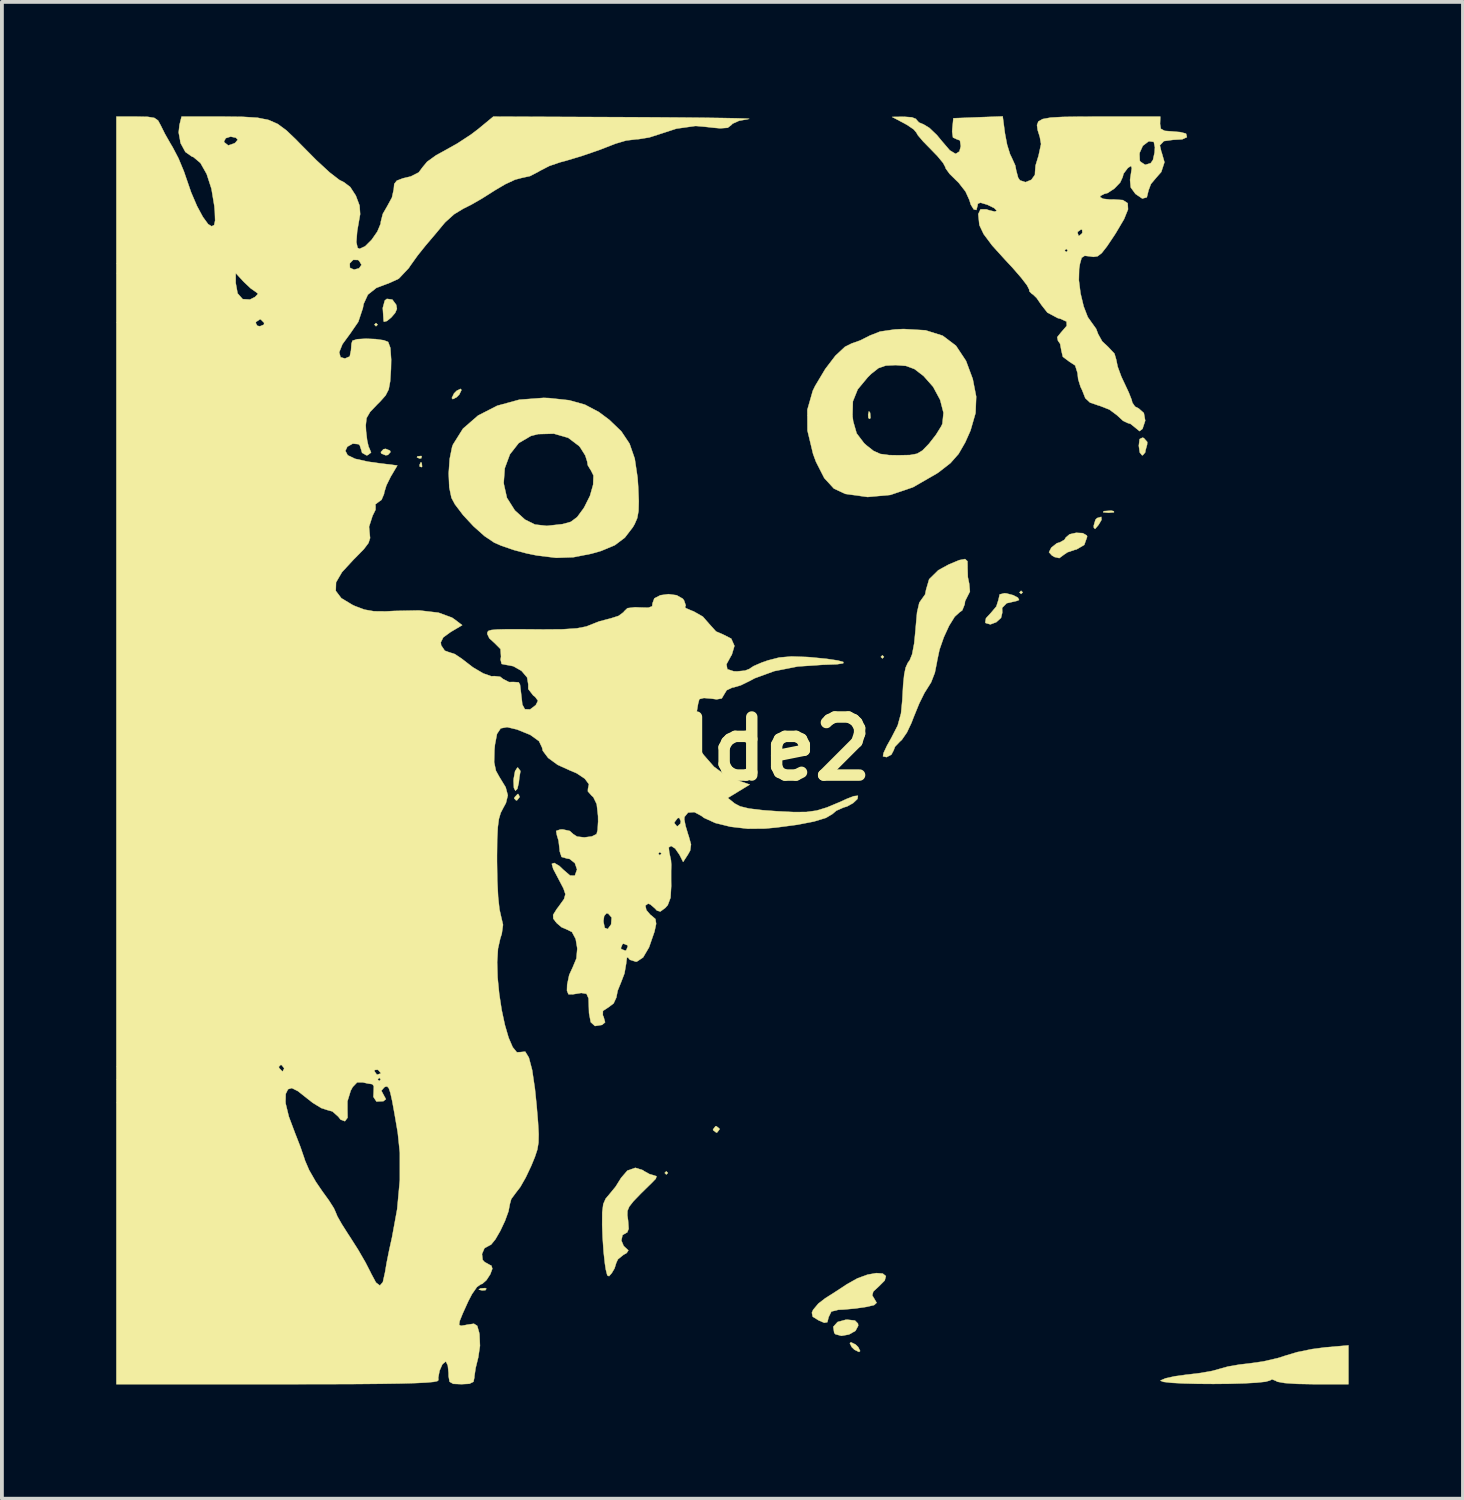
<source format=kicad_pcb>
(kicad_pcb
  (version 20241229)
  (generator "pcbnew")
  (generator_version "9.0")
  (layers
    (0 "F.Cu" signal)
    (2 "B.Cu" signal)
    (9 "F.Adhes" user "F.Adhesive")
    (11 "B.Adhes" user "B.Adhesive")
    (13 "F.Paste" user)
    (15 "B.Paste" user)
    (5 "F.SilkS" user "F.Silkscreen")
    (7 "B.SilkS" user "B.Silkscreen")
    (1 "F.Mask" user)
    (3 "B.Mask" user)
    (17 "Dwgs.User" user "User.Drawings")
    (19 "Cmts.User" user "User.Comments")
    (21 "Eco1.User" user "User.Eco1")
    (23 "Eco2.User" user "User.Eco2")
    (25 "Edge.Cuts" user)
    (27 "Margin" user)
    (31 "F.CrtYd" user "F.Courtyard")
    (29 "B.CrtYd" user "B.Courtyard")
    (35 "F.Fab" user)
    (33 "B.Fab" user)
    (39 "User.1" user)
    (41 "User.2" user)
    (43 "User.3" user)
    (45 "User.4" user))
  (footprint "wilde2"
    (layer "F.Cu")
    (at 16.176 16.606)
    (property "Reference" "wilde2" (at 0 0 0) (layer "F.SilkS") (effects (font (size 1.524 1.524) (thickness 0.3))))
    (attr through_hole)
    (fp_poly (pts (xy -9.313 -11.134) (xy -9.356 -11.091) (xy -9.398 -11.134) (xy -9.356 -11.176) (xy -9.313 -11.134)) (stroke (width 0.01) (type solid)) (fill yes) (layer "F.SilkS"))
    (fp_poly (pts (xy -1.693 11.134) (xy -1.736 11.176) (xy -1.778 11.134) (xy -1.736 11.091) (xy -1.693 11.134)) (stroke (width 0.01) (type solid)) (fill yes) (layer "F.SilkS"))
    (fp_poly (pts (xy 3.979 -2.413) (xy 3.937 -2.371) (xy 3.895 -2.413) (xy 3.937 -2.455) (xy 3.979 -2.413)) (stroke (width 0.01) (type solid)) (fill yes) (layer "F.SilkS"))
    (fp_poly (pts (xy 7.62 -4.106) (xy 7.578 -4.064) (xy 7.535 -4.106) (xy 7.578 -4.149) (xy 7.62 -4.106)) (stroke (width 0.01) (type solid)) (fill yes) (layer "F.SilkS"))
    (fp_poly (pts (xy -8.156 -7.676) (xy -8.168 -7.626) (xy -8.213 -7.62) (xy -8.282 -7.651) (xy -8.269 -7.676) (xy -8.169 -7.687) (xy -8.156 -7.676)) (stroke (width 0.01) (type solid)) (fill yes) (layer "F.SilkS"))
    (fp_poly (pts (xy -8.156 -7.507) (xy -8.146 -7.407) (xy -8.156 -7.394) (xy -8.207 -7.406) (xy -8.213 -7.451) (xy -8.182 -7.52) (xy -8.156 -7.507)) (stroke (width 0.01) (type solid)) (fill yes) (layer "F.SilkS"))
    (fp_poly (pts (xy -6.458 14.173) (xy -6.483 14.211) (xy -6.569 14.217) (xy -6.659 14.197) (xy -6.62 14.166) (xy -6.488 14.156) (xy -6.458 14.173)) (stroke (width 0.01) (type solid)) (fill yes) (layer "F.SilkS"))
    (fp_poly (pts (xy 3.614 -8.821) (xy 3.624 -8.689) (xy 3.607 -8.659) (xy 3.569 -8.684) (xy 3.563 -8.77) (xy 3.583 -8.86) (xy 3.614 -8.821)) (stroke (width 0.01) (type solid)) (fill yes) (layer "F.SilkS"))
    (fp_poly (pts (xy -8.989 -7.828) (xy -8.975 -7.789) (xy -9.043 -7.714) (xy -9.102 -7.705) (xy -9.214 -7.75) (xy -9.229 -7.789) (xy -9.16 -7.864) (xy -9.102 -7.874) (xy -8.989 -7.828)) (stroke (width 0.01) (type solid)) (fill yes) (layer "F.SilkS"))
    (fp_poly (pts (xy -7.112 -9.419) (xy -7.17 -9.299) (xy -7.239 -9.229) (xy -7.341 -9.178) (xy -7.366 -9.208) (xy -7.308 -9.328) (xy -7.239 -9.398) (xy -7.137 -9.449) (xy -7.112 -9.419)) (stroke (width 0.01) (type solid)) (fill yes) (layer "F.SilkS"))
    (fp_poly (pts (xy -5.589 1.251) (xy -5.588 1.27) (xy -5.653 1.351) (xy -5.678 1.355) (xy -5.728 1.303) (xy -5.715 1.27) (xy -5.639 1.189) (xy -5.625 1.185) (xy -5.589 1.251)) (stroke (width 0.01) (type solid)) (fill yes) (layer "F.SilkS"))
    (fp_poly (pts (xy -0.341 9.97) (xy -0.339 9.991) (xy -0.403 10.073) (xy -0.423 10.075) (xy -0.506 10.011) (xy -0.508 9.991) (xy -0.444 9.908) (xy -0.423 9.906) (xy -0.341 9.97)) (stroke (width 0.01) (type solid)) (fill yes) (layer "F.SilkS"))
    (fp_poly (pts (xy 3.232 15.637) (xy 3.302 15.706) (xy 3.353 15.808) (xy 3.323 15.833) (xy 3.203 15.774) (xy 3.133 15.706) (xy 3.082 15.603) (xy 3.112 15.579) (xy 3.232 15.637)) (stroke (width 0.01) (type solid)) (fill yes) (layer "F.SilkS"))
    (fp_poly (pts (xy 9.689 -6.01) (xy 9.611 -5.878) (xy 9.52 -5.772) (xy 9.488 -5.802) (xy 9.485 -5.858) (xy 9.53 -6.013) (xy 9.573 -6.057) (xy 9.682 -6.089) (xy 9.689 -6.01)) (stroke (width 0.01) (type solid)) (fill yes) (layer "F.SilkS"))
    (fp_poly (pts (xy 10.013 -6.236) (xy 10.016 -6.208) (xy 9.884 -6.197) (xy 9.864 -6.197) (xy 9.732 -6.209) (xy 9.745 -6.235) (xy 9.759 -6.239) (xy 9.944 -6.252) (xy 10.013 -6.236)) (stroke (width 0.01) (type solid)) (fill yes) (layer "F.SilkS"))
    (fp_poly (pts (xy -8.927 -11.792) (xy -8.826 -11.656) (xy -8.807 -11.549) (xy -8.852 -11.444) (xy -8.956 -11.322) (xy -9.071 -11.229) (xy -9.147 -11.21) (xy -9.155 -11.226) (xy -9.178 -11.572) (xy -9.125 -11.768) (xy -9.07 -11.811) (xy -8.927 -11.792)) (stroke (width 0.01) (type solid)) (fill yes) (layer "F.SilkS"))
    (fp_poly (pts (xy -5.565 0.583) (xy -5.568 0.605) (xy -5.592 0.746) (xy -5.608 0.893) (xy -5.646 1.05) (xy -5.696 1.101) (xy -5.736 1.026) (xy -5.745 0.842) (xy -5.741 0.783) (xy -5.705 0.587) (xy -5.647 0.496) (xy -5.63 0.495) (xy -5.565 0.583)) (stroke (width 0.01) (type solid)) (fill yes) (layer "F.SilkS"))
    (fp_poly (pts (xy 3.217 15.008) (xy 3.296 15.088) (xy 3.302 15.145) (xy 3.23 15.279) (xy 3.06 15.374) (xy 2.862 15.41) (xy 2.703 15.367) (xy 2.672 15.332) (xy 2.648 15.172) (xy 2.761 15.046) (xy 2.978 14.987) (xy 3.015 14.986) (xy 3.217 15.008)) (stroke (width 0.01) (type solid)) (fill yes) (layer "F.SilkS"))
    (fp_poly (pts (xy 10.8 -8.157) (xy 10.89 -8.054) (xy 10.885 -7.983) (xy 10.841 -7.825) (xy 10.837 -7.782) (xy 10.773 -7.707) (xy 10.753 -7.705) (xy 10.693 -7.778) (xy 10.668 -7.955) (xy 10.668 -7.956) (xy 10.689 -8.13) (xy 10.764 -8.167) (xy 10.8 -8.157)) (stroke (width 0.01) (type solid)) (fill yes) (layer "F.SilkS"))
    (fp_poly (pts (xy 7.197 -4.078) (xy 7.372 -4.032) (xy 7.495 -3.966) (xy 7.525 -3.907) (xy 7.468 -3.884) (xy 7.198 -3.821) (xy 7.08 -3.7) (xy 7.083 -3.572) (xy 7.051 -3.437) (xy 6.927 -3.324) (xy 6.772 -3.266) (xy 6.649 -3.301) (xy 6.637 -3.317) (xy 6.656 -3.427) (xy 6.78 -3.561) (xy 6.928 -3.736) (xy 6.983 -3.909) (xy 7.016 -4.053) (xy 7.142 -4.084) (xy 7.197 -4.078)) (stroke (width 0.01) (type solid)) (fill yes) (layer "F.SilkS"))
    (fp_poly (pts (xy 9.197 -5.661) (xy 9.303 -5.6) (xy 9.312 -5.567) (xy 9.236 -5.352) (xy 9.031 -5.233) (xy 8.991 -5.225) (xy 8.794 -5.158) (xy 8.703 -5.096) (xy 8.581 -5.006) (xy 8.456 -5.034) (xy 8.387 -5.075) (xy 8.31 -5.16) (xy 8.369 -5.276) (xy 8.377 -5.285) (xy 8.517 -5.396) (xy 8.595 -5.419) (xy 8.716 -5.487) (xy 8.751 -5.546) (xy 8.851 -5.631) (xy 9.023 -5.67) (xy 9.197 -5.661)) (stroke (width 0.01) (type solid)) (fill yes) (layer "F.SilkS"))
    (fp_poly (pts (xy 3.946 13.775) (xy 4.029 13.841) (xy 3.998 13.957) (xy 3.851 14.105) (xy 3.698 14.246) (xy 3.67 14.347) (xy 3.72 14.429) (xy 3.786 14.542) (xy 3.721 14.601) (xy 3.714 14.604) (xy 3.522 14.649) (xy 3.233 14.691) (xy 2.92 14.72) (xy 2.778 14.726) (xy 2.597 14.772) (xy 2.525 14.92) (xy 2.524 14.925) (xy 2.492 15.052) (xy 2.411 15.067) (xy 2.264 15.004) (xy 2.108 14.907) (xy 2.086 14.802) (xy 2.119 14.727) (xy 2.255 14.564) (xy 2.437 14.423) (xy 2.653 14.287) (xy 2.916 14.115) (xy 3.006 14.055) (xy 3.281 13.901) (xy 3.546 13.804) (xy 3.777 13.763) (xy 3.946 13.775)) (stroke (width 0.01) (type solid)) (fill yes) (layer "F.SilkS"))
    (fp_poly (pts (xy 16.171 16.679) (xy 15.245 16.679) (xy 14.822 16.671) (xy 14.5 16.649) (xy 14.307 16.615) (xy 14.264 16.591) (xy 14.164 16.551) (xy 14.111 16.581) (xy 13.995 16.614) (xy 13.757 16.639) (xy 13.429 16.657) (xy 13.041 16.668) (xy 12.626 16.672) (xy 12.215 16.669) (xy 11.839 16.659) (xy 11.53 16.643) (xy 11.319 16.619) (xy 11.238 16.589) (xy 11.242 16.58) (xy 11.369 16.525) (xy 11.615 16.471) (xy 11.928 16.428) (xy 11.956 16.426) (xy 12.297 16.384) (xy 12.6 16.33) (xy 12.799 16.274) (xy 12.8 16.274) (xy 13.008 16.216) (xy 13.309 16.164) (xy 13.562 16.135) (xy 13.936 16.082) (xy 14.318 15.994) (xy 14.52 15.929) (xy 14.832 15.836) (xy 15.222 15.757) (xy 15.557 15.713) (xy 16.171 15.66) (xy 16.171 16.679)) (stroke (width 0.01) (type solid)) (fill yes) (layer "F.SilkS"))
    (fp_poly (pts (xy -2.349 11.062) (xy -2.324 11.083) (xy -2.175 11.165) (xy -2.09 11.189) (xy -1.992 11.22) (xy -2.011 11.285) (xy -2.11 11.388) (xy -2.404 11.676) (xy -2.597 11.876) (xy -2.708 12.017) (xy -2.755 12.13) (xy -2.758 12.245) (xy -2.739 12.381) (xy -2.724 12.601) (xy -2.763 12.698) (xy -2.774 12.7) (xy -2.885 12.764) (xy -2.915 12.907) (xy -2.855 13.051) (xy -2.823 13.081) (xy -2.731 13.167) (xy -2.776 13.235) (xy -2.863 13.285) (xy -3.005 13.4) (xy -3.048 13.491) (xy -3.095 13.641) (xy -3.167 13.762) (xy -3.239 13.844) (xy -3.285 13.821) (xy -3.323 13.67) (xy -3.347 13.515) (xy -3.381 13.209) (xy -3.407 12.825) (xy -3.419 12.5) (xy -3.417 12.167) (xy -3.39 11.952) (xy -3.326 11.807) (xy -3.243 11.71) (xy -3.067 11.495) (xy -2.923 11.265) (xy -2.757 11.072) (xy -2.548 10.999) (xy -2.349 11.062)) (stroke (width 0.01) (type solid)) (fill yes) (layer "F.SilkS"))
    (fp_poly (pts (xy 6.17 -4.924) (xy 6.173 -4.773) (xy 6.172 -4.763) (xy 6.18 -4.506) (xy 6.216 -4.331) (xy 6.234 -4.127) (xy 6.189 -4.039) (xy 6.108 -3.878) (xy 6.096 -3.79) (xy 6.033 -3.634) (xy 5.964 -3.585) (xy 5.835 -3.467) (xy 5.689 -3.232) (xy 5.549 -2.928) (xy 5.436 -2.604) (xy 5.373 -2.306) (xy 5.371 -2.286) (xy 5.314 -1.998) (xy 5.217 -1.747) (xy 5.184 -1.693) (xy 5.04 -1.465) (xy 4.904 -1.19) (xy 4.752 -0.817) (xy 4.7 -0.681) (xy 4.581 -0.429) (xy 4.447 -0.235) (xy 4.396 -0.189) (xy 4.268 -0.055) (xy 4.233 0.038) (xy 4.173 0.153) (xy 4.047 0.219) (xy 3.952 0.198) (xy 3.968 0.109) (xy 4.056 -0.08) (xy 4.17 -0.283) (xy 4.338 -0.61) (xy 4.426 -0.93) (xy 4.459 -1.27) (xy 4.482 -1.677) (xy 4.51 -1.952) (xy 4.548 -2.133) (xy 4.604 -2.256) (xy 4.655 -2.326) (xy 4.718 -2.483) (xy 4.772 -2.767) (xy 4.808 -3.136) (xy 4.809 -3.159) (xy 4.847 -3.581) (xy 4.906 -3.836) (xy 4.964 -3.92) (xy 5.059 -4.052) (xy 5.083 -4.174) (xy 5.164 -4.451) (xy 5.405 -4.688) (xy 5.679 -4.838) (xy 5.953 -4.952) (xy 6.106 -4.982) (xy 6.17 -4.924)) (stroke (width 0.01) (type solid)) (fill yes) (layer "F.SilkS"))
    (fp_poly (pts (xy 5.068 -10.986) (xy 5.52 -10.844) (xy 5.868 -10.581) (xy 6.132 -10.183) (xy 6.309 -9.707) (xy 6.399 -9.245) (xy 6.382 -8.813) (xy 6.25 -8.355) (xy 6.111 -8.043) (xy 5.937 -7.741) (xy 5.722 -7.498) (xy 5.412 -7.257) (xy 5.362 -7.224) (xy 4.74 -6.866) (xy 4.145 -6.664) (xy 3.549 -6.61) (xy 2.965 -6.691) (xy 2.664 -6.831) (xy 2.411 -7.107) (xy 2.194 -7.533) (xy 2.117 -7.742) (xy 1.97 -8.354) (xy 1.968 -8.742) (xy 3.152 -8.742) (xy 3.17 -8.597) (xy 3.261 -8.28) (xy 3.454 -8.025) (xy 3.521 -7.964) (xy 3.707 -7.818) (xy 3.883 -7.74) (xy 4.116 -7.709) (xy 4.355 -7.705) (xy 4.655 -7.711) (xy 4.847 -7.746) (xy 4.989 -7.831) (xy 5.143 -7.99) (xy 5.162 -8.01) (xy 5.343 -8.243) (xy 5.481 -8.465) (xy 5.512 -8.532) (xy 5.541 -8.82) (xy 5.453 -9.16) (xy 5.269 -9.502) (xy 5.018 -9.786) (xy 4.779 -9.969) (xy 4.554 -10.052) (xy 4.287 -10.072) (xy 4.025 -10.059) (xy 3.836 -9.994) (xy 3.645 -9.844) (xy 3.552 -9.752) (xy 3.289 -9.435) (xy 3.162 -9.119) (xy 3.152 -8.742) (xy 1.968 -8.742) (xy 1.967 -8.899) (xy 2.11 -9.399) (xy 2.172 -9.526) (xy 2.437 -9.969) (xy 2.704 -10.319) (xy 2.954 -10.552) (xy 3.128 -10.639) (xy 3.354 -10.719) (xy 3.6 -10.843) (xy 3.605 -10.846) (xy 3.874 -10.952) (xy 4.26 -11.008) (xy 4.494 -11.019) (xy 5.068 -10.986)) (stroke (width 0.01) (type solid)) (fill yes) (layer "F.SilkS"))
    (fp_poly (pts (xy -4.809 -9.206) (xy -4.288 -9.15) (xy -3.872 -9.034) (xy -3.501 -8.837) (xy -3.232 -8.636) (xy -2.917 -8.334) (xy -2.7 -8.009) (xy -2.564 -7.617) (xy -2.49 -7.119) (xy -2.474 -6.886) (xy -2.458 -6.503) (xy -2.465 -6.242) (xy -2.499 -6.055) (xy -2.567 -5.897) (xy -2.615 -5.815) (xy -2.824 -5.543) (xy -3.086 -5.345) (xy -3.447 -5.194) (xy -3.699 -5.122) (xy -4.171 -5.029) (xy -4.626 -5.013) (xy -5.132 -5.075) (xy -5.395 -5.128) (xy -5.74 -5.219) (xy -6.073 -5.334) (xy -6.252 -5.412) (xy -6.509 -5.585) (xy -6.798 -5.843) (xy -7.071 -6.137) (xy -7.285 -6.419) (xy -7.375 -6.588) (xy -7.433 -6.865) (xy -7.437 -6.971) (xy -6.005 -6.971) (xy -5.92 -6.589) (xy -5.711 -6.258) (xy -5.708 -6.255) (xy -5.444 -6.016) (xy -5.183 -5.887) (xy -4.872 -5.852) (xy -4.459 -5.898) (xy -4.242 -5.958) (xy -4.076 -6.082) (xy -3.906 -6.313) (xy -3.889 -6.341) (xy -3.739 -6.64) (xy -3.656 -6.933) (xy -3.647 -7.174) (xy -3.719 -7.319) (xy -3.725 -7.324) (xy -3.797 -7.444) (xy -3.81 -7.534) (xy -3.862 -7.699) (xy -3.991 -7.905) (xy -4.025 -7.948) (xy -4.311 -8.164) (xy -4.686 -8.272) (xy -5.099 -8.261) (xy -5.289 -8.213) (xy -5.609 -8.026) (xy -5.841 -7.73) (xy -5.976 -7.365) (xy -6.005 -6.971) (xy -7.437 -6.971) (xy -7.448 -7.23) (xy -7.422 -7.608) (xy -7.358 -7.924) (xy -7.334 -7.988) (xy -7.072 -8.405) (xy -6.677 -8.748) (xy -6.176 -9.005) (xy -5.593 -9.164) (xy -4.954 -9.212) (xy -4.809 -9.206)) (stroke (width 0.01) (type solid)) (fill yes) (layer "F.SilkS"))
    (fp_poly (pts (xy 7.154 -16.154) (xy 7.21 -15.859) (xy 7.288 -15.608) (xy 7.332 -15.518) (xy 7.424 -15.315) (xy 7.451 -15.175) (xy 7.501 -14.989) (xy 7.548 -14.922) (xy 7.693 -14.874) (xy 7.847 -14.936) (xy 7.941 -15.068) (xy 7.944 -15.14) (xy 7.958 -15.313) (xy 8.027 -15.54) (xy 8.033 -15.555) (xy 8.05 -15.634) (xy 10.685 -15.634) (xy 10.693 -15.442) (xy 10.707 -15.414) (xy 10.836 -15.329) (xy 10.98 -15.373) (xy 11.04 -15.459) (xy 11.082 -15.652) (xy 11.091 -15.789) (xy 11.061 -15.932) (xy 10.945 -15.947) (xy 10.921 -15.942) (xy 10.773 -15.829) (xy 10.685 -15.634) (xy 8.05 -15.634) (xy 8.102 -15.875) (xy 8.069 -16.063) (xy 8.013 -16.241) (xy 7.995 -16.374) (xy 8.032 -16.468) (xy 8.144 -16.531) (xy 8.351 -16.569) (xy 8.671 -16.587) (xy 9.125 -16.594) (xy 9.644 -16.595) (xy 11.232 -16.595) (xy 11.225 -16.404) (xy 11.245 -16.277) (xy 11.347 -16.221) (xy 11.536 -16.207) (xy 11.757 -16.188) (xy 11.898 -16.152) (xy 11.91 -16.143) (xy 11.931 -16.055) (xy 11.807 -15.999) (xy 11.565 -15.985) (xy 11.326 -15.952) (xy 11.22 -15.84) (xy 11.261 -15.665) (xy 11.267 -15.656) (xy 11.341 -15.398) (xy 11.257 -15.141) (xy 11.134 -15.002) (xy 10.986 -14.826) (xy 10.922 -14.657) (xy 10.922 -14.653) (xy 10.878 -14.476) (xy 10.759 -14.444) (xy 10.583 -14.563) (xy 10.578 -14.568) (xy 10.457 -14.735) (xy 10.438 -14.934) (xy 10.455 -15.052) (xy 10.484 -15.244) (xy 10.463 -15.3) (xy 10.38 -15.247) (xy 10.379 -15.246) (xy 10.267 -15.097) (xy 10.245 -15.01) (xy 10.179 -14.865) (xy 10.025 -14.705) (xy 9.848 -14.589) (xy 9.758 -14.565) (xy 9.659 -14.512) (xy 9.652 -14.483) (xy 9.727 -14.438) (xy 9.916 -14.418) (xy 10.012 -14.42) (xy 10.25 -14.404) (xy 10.375 -14.323) (xy 10.385 -14.161) (xy 10.281 -13.904) (xy 10.064 -13.537) (xy 10.028 -13.481) (xy 9.831 -13.187) (xy 9.694 -13.012) (xy 9.585 -12.929) (xy 9.476 -12.913) (xy 9.396 -12.925) (xy 9.247 -12.942) (xy 9.167 -12.89) (xy 9.122 -12.728) (xy 9.101 -12.599) (xy 9.094 -12.302) (xy 9.138 -11.955) (xy 9.22 -11.613) (xy 9.328 -11.333) (xy 9.436 -11.18) (xy 9.548 -11.024) (xy 9.6 -10.887) (xy 9.707 -10.695) (xy 9.863 -10.549) (xy 10.029 -10.373) (xy 10.075 -10.215) (xy 10.113 -10.03) (xy 10.209 -9.769) (xy 10.287 -9.603) (xy 10.404 -9.354) (xy 10.481 -9.158) (xy 10.498 -9.086) (xy 10.569 -8.983) (xy 10.668 -8.932) (xy 10.8 -8.814) (xy 10.836 -8.614) (xy 10.765 -8.399) (xy 10.687 -8.338) (xy 10.587 -8.42) (xy 10.45 -8.53) (xy 10.377 -8.551) (xy 10.254 -8.61) (xy 10.101 -8.751) (xy 10.101 -8.752) (xy 9.897 -8.904) (xy 9.637 -9.006) (xy 9.616 -9.01) (xy 9.386 -9.089) (xy 9.264 -9.203) (xy 9.26 -9.212) (xy 9.181 -9.414) (xy 9.138 -9.503) (xy 9.076 -9.704) (xy 9.059 -9.865) (xy 8.997 -10.063) (xy 8.848 -10.16) (xy 8.674 -10.29) (xy 8.636 -10.449) (xy 8.603 -10.631) (xy 8.545 -10.714) (xy 8.527 -10.806) (xy 8.63 -10.934) (xy 8.777 -11.104) (xy 8.771 -11.215) (xy 8.606 -11.29) (xy 8.543 -11.305) (xy 8.269 -11.45) (xy 8.112 -11.65) (xy 7.986 -11.833) (xy 7.884 -11.932) (xy 7.866 -11.938) (xy 7.797 -12.006) (xy 7.789 -12.058) (xy 7.734 -12.166) (xy 7.583 -12.363) (xy 7.362 -12.618) (xy 7.161 -12.834) (xy 6.937 -13.081) (xy 8.721 -13.081) (xy 8.763 -13.039) (xy 8.805 -13.081) (xy 8.763 -13.123) (xy 8.721 -13.081) (xy 6.937 -13.081) (xy 6.816 -13.215) (xy 6.595 -13.511) (xy 6.578 -13.547) (xy 9.059 -13.547) (xy 9.088 -13.464) (xy 9.097 -13.462) (xy 9.169 -13.521) (xy 9.186 -13.547) (xy 9.18 -13.625) (xy 9.149 -13.631) (xy 9.063 -13.57) (xy 9.059 -13.547) (xy 6.578 -13.547) (xy 6.488 -13.737) (xy 6.48 -13.773) (xy 6.454 -14.036) (xy 6.512 -14.16) (xy 6.662 -14.162) (xy 6.734 -14.138) (xy 6.887 -14.101) (xy 6.943 -14.123) (xy 6.872 -14.194) (xy 6.701 -14.278) (xy 6.689 -14.283) (xy 6.511 -14.336) (xy 6.442 -14.308) (xy 6.435 -14.259) (xy 6.404 -14.144) (xy 6.334 -14.16) (xy 6.257 -14.286) (xy 6.221 -14.404) (xy 6.12 -14.627) (xy 5.939 -14.859) (xy 5.875 -14.921) (xy 5.701 -15.093) (xy 5.599 -15.234) (xy 5.588 -15.271) (xy 5.531 -15.378) (xy 5.383 -15.557) (xy 5.207 -15.739) (xy 5.008 -15.942) (xy 4.87 -16.104) (xy 4.826 -16.18) (xy 4.758 -16.26) (xy 4.587 -16.376) (xy 4.508 -16.42) (xy 4.191 -16.587) (xy 4.508 -16.591) (xy 4.713 -16.576) (xy 4.821 -16.533) (xy 4.826 -16.519) (xy 4.897 -16.441) (xy 5.016 -16.392) (xy 5.172 -16.297) (xy 5.368 -16.11) (xy 5.494 -15.957) (xy 5.707 -15.709) (xy 5.86 -15.617) (xy 5.958 -15.68) (xy 5.996 -15.818) (xy 5.973 -15.97) (xy 5.885 -16.002) (xy 5.79 -16.046) (xy 5.768 -16.201) (xy 5.773 -16.277) (xy 5.8 -16.552) (xy 6.447 -16.577) (xy 7.095 -16.601) (xy 7.154 -16.154)) (stroke (width 0.01) (type solid)) (fill yes) (layer "F.SilkS"))
    (fp_poly (pts (xy -15.346 -16.589) (xy -15.174 -16.561) (xy -15.077 -16.493) (xy -15.009 -16.368) (xy -15.006 -16.362) (xy -14.897 -16.143) (xy -14.745 -15.876) (xy -14.693 -15.79) (xy -14.542 -15.502) (xy -14.398 -15.156) (xy -14.343 -14.995) (xy -14.208 -14.604) (xy -14.055 -14.248) (xy -13.9 -13.96) (xy -13.762 -13.772) (xy -13.671 -13.716) (xy -13.605 -13.748) (xy -13.579 -13.867) (xy -13.587 -14.106) (xy -13.599 -14.245) (xy -13.675 -14.701) (xy -13.801 -15.089) (xy -13.964 -15.377) (xy -14.149 -15.533) (xy -14.186 -15.545) (xy -14.36 -15.667) (xy -14.485 -15.898) (xy -14.493 -15.945) (xy -13.346 -15.945) (xy -13.335 -15.918) (xy -13.234 -15.839) (xy -13.078 -15.892) (xy -13.051 -15.908) (xy -12.984 -15.989) (xy -13.034 -16.041) (xy -13.172 -16.07) (xy -13.299 -16.029) (xy -13.346 -15.945) (xy -14.493 -15.945) (xy -14.536 -16.179) (xy -14.515 -16.374) (xy -14.46 -16.595) (xy -13.357 -16.595) (xy -12.845 -16.589) (xy -12.464 -16.565) (xy -12.173 -16.506) (xy -11.935 -16.401) (xy -11.711 -16.236) (xy -11.46 -15.997) (xy -11.365 -15.899) (xy -10.918 -15.448) (xy -10.571 -15.128) (xy -10.318 -14.933) (xy -10.193 -14.869) (xy -10.032 -14.746) (xy -9.886 -14.521) (xy -9.788 -14.261) (xy -9.772 -14.033) (xy -9.773 -14.029) (xy -9.85 -13.589) (xy -9.872 -13.3) (xy -9.839 -13.15) (xy -9.788 -13.123) (xy -9.64 -13.192) (xy -9.47 -13.362) (xy -9.321 -13.576) (xy -9.235 -13.781) (xy -9.229 -13.838) (xy -9.177 -14.042) (xy -9.059 -14.247) (xy -8.937 -14.471) (xy -8.89 -14.685) (xy -8.877 -14.827) (xy -8.811 -14.913) (xy -8.65 -14.975) (xy -8.443 -15.024) (xy -8.235 -15.13) (xy -8.135 -15.264) (xy -8.014 -15.41) (xy -7.777 -15.581) (xy -7.566 -15.696) (xy -7.22 -15.89) (xy -6.864 -16.123) (xy -6.673 -16.268) (xy -6.277 -16.595) (xy -2.736 -16.58) (xy -1.998 -16.576) (xy -1.329 -16.571) (xy -0.745 -16.565) (xy -0.26 -16.558) (xy 0.109 -16.551) (xy 0.349 -16.544) (xy 0.443 -16.536) (xy 0.423 -16.532) (xy 0.174 -16.486) (xy 0.004 -16.409) (xy -0.026 -16.377) (xy -0.123 -16.302) (xy -0.322 -16.288) (xy -0.491 -16.303) (xy -0.745 -16.331) (xy -0.93 -16.347) (xy -0.974 -16.349) (xy -1.47 -16.279) (xy -1.894 -16.141) (xy -2.181 -16.049) (xy -2.463 -16.003) (xy -2.505 -16.002) (xy -2.791 -15.967) (xy -3.066 -15.886) (xy -3.493 -15.72) (xy -3.959 -15.56) (xy -4.383 -15.433) (xy -4.521 -15.397) (xy -4.806 -15.3) (xy -5.062 -15.168) (xy -5.085 -15.152) (xy -5.313 -15.034) (xy -5.532 -14.986) (xy -5.706 -14.94) (xy -5.964 -14.82) (xy -6.25 -14.651) (xy -6.266 -14.64) (xy -6.568 -14.449) (xy -6.856 -14.283) (xy -7.066 -14.178) (xy -7.306 -14.032) (xy -7.538 -13.823) (xy -7.573 -13.783) (xy -7.782 -13.531) (xy -8.011 -13.261) (xy -8.056 -13.208) (xy -8.265 -12.947) (xy -8.461 -12.673) (xy -8.497 -12.618) (xy -8.759 -12.341) (xy -8.983 -12.237) (xy -9.346 -12.099) (xy -9.569 -11.922) (xy -9.681 -11.678) (xy -9.701 -11.568) (xy -9.821 -11.208) (xy -10.035 -10.897) (xy -10.237 -10.621) (xy -10.322 -10.409) (xy -10.287 -10.279) (xy -10.171 -10.245) (xy -10.045 -10.299) (xy -10.012 -10.46) (xy -9.999 -10.636) (xy -9.974 -10.713) (xy -9.849 -10.752) (xy -9.625 -10.765) (xy -9.369 -10.755) (xy -9.149 -10.724) (xy -9.037 -10.679) (xy -8.979 -10.523) (xy -8.958 -10.215) (xy -8.963 -9.97) (xy -8.984 -9.646) (xy -9.023 -9.434) (xy -9.104 -9.276) (xy -9.248 -9.114) (xy -9.319 -9.044) (xy -9.511 -8.843) (xy -9.604 -8.682) (xy -9.625 -8.492) (xy -9.617 -8.337) (xy -9.588 -8.094) (xy -9.551 -7.93) (xy -9.534 -7.897) (xy -9.485 -7.776) (xy -9.579 -7.707) (xy -9.61 -7.705) (xy -9.722 -7.77) (xy -9.737 -7.827) (xy -9.783 -7.968) (xy -9.814 -7.996) (xy -9.965 -8.011) (xy -10.109 -7.93) (xy -10.16 -7.821) (xy -10.099 -7.706) (xy -9.906 -7.613) (xy -9.566 -7.537) (xy -9.288 -7.498) (xy -8.796 -7.437) (xy -8.97 -7.143) (xy -9.083 -6.915) (xy -9.142 -6.723) (xy -9.144 -6.693) (xy -9.211 -6.535) (xy -9.283 -6.484) (xy -9.375 -6.415) (xy -9.367 -6.376) (xy -9.369 -6.274) (xy -9.446 -6.118) (xy -9.539 -5.829) (xy -9.525 -5.671) (xy -9.511 -5.532) (xy -9.554 -5.401) (xy -9.675 -5.241) (xy -9.898 -5.013) (xy -9.942 -4.97) (xy -10.249 -4.637) (xy -10.405 -4.369) (xy -10.412 -4.146) (xy -10.267 -3.954) (xy -9.971 -3.776) (xy -9.906 -3.746) (xy -9.66 -3.654) (xy -9.411 -3.61) (xy -9.094 -3.607) (xy -8.876 -3.619) (xy -8.22 -3.632) (xy -7.715 -3.573) (xy -7.36 -3.443) (xy -7.293 -3.397) (xy -7.093 -3.245) (xy -7.393 -3.068) (xy -7.59 -2.926) (xy -7.655 -2.795) (xy -7.646 -2.716) (xy -7.55 -2.575) (xy -7.454 -2.54) (xy -7.288 -2.487) (xy -7.108 -2.367) (xy -6.814 -2.14) (xy -6.541 -1.979) (xy -6.328 -1.904) (xy -6.246 -1.908) (xy -6.095 -1.891) (xy -6.022 -1.833) (xy -5.864 -1.751) (xy -5.754 -1.754) (xy -5.61 -1.745) (xy -5.575 -1.682) (xy -5.552 -1.49) (xy -5.546 -1.439) (xy -5.523 -1.24) (xy -5.516 -1.164) (xy -5.448 -1.039) (xy -5.311 -1.034) (xy -5.162 -1.147) (xy -5.104 -1.262) (xy -5.179 -1.364) (xy -5.228 -1.4) (xy -5.359 -1.569) (xy -5.359 -1.692) (xy -5.389 -1.873) (xy -5.536 -2.046) (xy -5.751 -2.168) (xy -5.915 -2.199) (xy -6.058 -2.227) (xy -6.086 -2.342) (xy -6.074 -2.418) (xy -6.087 -2.618) (xy -6.234 -2.767) (xy -6.381 -2.901) (xy -6.435 -3.015) (xy -6.43 -3.063) (xy -6.401 -3.097) (xy -6.323 -3.119) (xy -6.174 -3.132) (xy -5.929 -3.138) (xy -5.566 -3.138) (xy -5.059 -3.134) (xy -4.978 -3.133) (xy -4.458 -3.137) (xy -4.084 -3.162) (xy -3.836 -3.21) (xy -3.751 -3.244) (xy -3.497 -3.344) (xy -3.212 -3.419) (xy -3.204 -3.42) (xy -2.988 -3.489) (xy -2.855 -3.588) (xy -2.845 -3.606) (xy -2.755 -3.692) (xy -2.553 -3.716) (xy -2.435 -3.71) (xy -2.207 -3.704) (xy -2.107 -3.741) (xy -2.097 -3.821) (xy -2.049 -3.95) (xy -1.891 -4.031) (xy -1.678 -4.06) (xy -1.464 -4.031) (xy -1.302 -3.939) (xy -1.27 -3.895) (xy -1.224 -3.762) (xy -1.246 -3.719) (xy -1.22 -3.691) (xy -1.075 -3.628) (xy -1.016 -3.606) (xy -0.776 -3.469) (xy -0.614 -3.284) (xy -0.612 -3.281) (xy -0.43 -3.08) (xy -0.256 -3.006) (xy -0.031 -2.892) (xy 0.053 -2.702) (xy -0.017 -2.467) (xy -0.037 -2.437) (xy -0.156 -2.219) (xy -0.134 -2.089) (xy 0.034 -2.035) (xy 0.122 -2.032) (xy 0.331 -2.052) (xy 0.454 -2.1) (xy 0.459 -2.107) (xy 0.56 -2.173) (xy 0.769 -2.263) (xy 0.931 -2.32) (xy 1.228 -2.396) (xy 1.549 -2.424) (xy 1.957 -2.41) (xy 2.054 -2.403) (xy 2.48 -2.361) (xy 2.768 -2.318) (xy 2.913 -2.278) (xy 2.907 -2.244) (xy 2.746 -2.219) (xy 2.423 -2.207) (xy 2.396 -2.207) (xy 1.716 -2.161) (xy 1.098 -2.039) (xy 0.585 -1.852) (xy 0.45 -1.78) (xy 0.222 -1.668) (xy 0.029 -1.611) (xy 0.001 -1.609) (xy -0.15 -1.538) (xy -0.212 -1.437) (xy -0.28 -1.322) (xy -0.415 -1.298) (xy -0.547 -1.317) (xy -0.748 -1.334) (xy -0.865 -1.305) (xy -0.87 -1.299) (xy -0.901 -1.182) (xy -0.94 -0.951) (xy -0.971 -0.714) (xy -0.997 -0.42) (xy -0.982 -0.223) (xy -0.907 -0.053) (xy -0.754 0.162) (xy -0.744 0.174) (xy -0.485 0.47) (xy -0.209 0.673) (xy 0.157 0.834) (xy 0.206 0.852) (xy 0.455 0.939) (xy 0.167 1.114) (xy -0.121 1.29) (xy 0.06 1.436) (xy 0.202 1.511) (xy 0.435 1.568) (xy 0.786 1.611) (xy 1.166 1.639) (xy 1.609 1.661) (xy 1.938 1.659) (xy 2.209 1.622) (xy 2.479 1.54) (xy 2.802 1.405) (xy 3.004 1.313) (xy 3.187 1.243) (xy 3.292 1.232) (xy 3.295 1.235) (xy 3.282 1.317) (xy 3.168 1.425) (xy 3.008 1.514) (xy 2.921 1.539) (xy 2.728 1.624) (xy 2.625 1.712) (xy 2.455 1.813) (xy 2.139 1.909) (xy 1.7 1.994) (xy 1.162 2.065) (xy 0.856 2.094) (xy 0.402 2.098) (xy -0.049 2.046) (xy -0.448 1.948) (xy -0.745 1.813) (xy -0.812 1.762) (xy -0.999 1.662) (xy -1.165 1.674) (xy -1.258 1.788) (xy -1.264 1.851) (xy -1.231 2.021) (xy -1.161 2.255) (xy -1.149 2.286) (xy -1.087 2.51) (xy -1.109 2.671) (xy -1.168 2.776) (xy -1.294 2.97) (xy -1.388 2.783) (xy -1.503 2.617) (xy -1.61 2.55) (xy -1.671 2.589) (xy -1.658 2.719) (xy -1.613 2.928) (xy -1.605 3.048) (xy -1.609 3.204) (xy -1.609 3.456) (xy -1.607 3.603) (xy -1.625 3.91) (xy -1.698 4.104) (xy -1.762 4.176) (xy -1.892 4.272) (xy -1.982 4.246) (xy -2.03 4.193) (xy -2.153 4.086) (xy -2.212 4.064) (xy -2.285 4.116) (xy -2.259 4.234) (xy -2.152 4.359) (xy -2.123 4.379) (xy -2.021 4.468) (xy -2.002 4.594) (xy -2.047 4.802) (xy -2.189 5.212) (xy -2.345 5.477) (xy -2.509 5.586) (xy -2.535 5.588) (xy -2.69 5.539) (xy -2.738 5.482) (xy -2.769 5.478) (xy -2.787 5.61) (xy -2.788 5.63) (xy -2.834 5.897) (xy -2.922 6.127) (xy -3.012 6.349) (xy -3.048 6.531) (xy -3.119 6.684) (xy -3.256 6.787) (xy -3.399 6.88) (xy -3.402 6.993) (xy -3.38 7.041) (xy -3.342 7.181) (xy -3.423 7.248) (xy -3.608 7.277) (xy -3.718 7.178) (xy -3.764 6.938) (xy -3.768 6.808) (xy -3.776 6.552) (xy -3.83 6.431) (xy -3.968 6.409) (xy -4.191 6.445) (xy -4.304 6.443) (xy -4.343 6.348) (xy -4.338 6.193) (xy -4.284 5.936) (xy -4.189 5.729) (xy -4.095 5.503) (xy -4.072 5.24) (xy -4.074 5.23) (xy -2.928 5.23) (xy -2.917 5.257) (xy -2.814 5.299) (xy -2.787 5.287) (xy -2.745 5.184) (xy -2.756 5.157) (xy -2.859 5.115) (xy -2.886 5.127) (xy -2.928 5.23) (xy -4.074 5.23) (xy -4.114 4.992) (xy -4.212 4.809) (xy -4.35 4.741) (xy -4.486 4.683) (xy -4.613 4.574) (xy -4.647 4.53) (xy -3.387 4.53) (xy -3.352 4.7) (xy -3.273 4.732) (xy -3.185 4.611) (xy -3.184 4.607) (xy -3.17 4.429) (xy -3.26 4.326) (xy -3.307 4.318) (xy -3.367 4.39) (xy -3.387 4.53) (xy -4.647 4.53) (xy -4.702 4.459) (xy -4.706 4.359) (xy -4.615 4.212) (xy -4.551 4.127) (xy -4.42 3.944) (xy -4.384 3.816) (xy -4.435 3.665) (xy -4.493 3.554) (xy -4.608 3.335) (xy -4.695 3.17) (xy -4.705 3.15) (xy -4.741 3.02) (xy -4.676 2.996) (xy -4.543 3.075) (xy -4.44 3.173) (xy -4.262 3.326) (xy -4.144 3.33) (xy -4.134 3.321) (xy -4.078 3.167) (xy -4.136 3) (xy -4.274 2.891) (xy -4.345 2.879) (xy -4.485 2.839) (xy -4.513 2.752) (xy -1.947 2.752) (xy -1.905 2.794) (xy -1.863 2.752) (xy -1.905 2.709) (xy -1.947 2.752) (xy -4.513 2.752) (xy -4.534 2.689) (xy -4.536 2.646) (xy -4.564 2.413) (xy -4.608 2.265) (xy -4.627 2.156) (xy -4.521 2.119) (xy -4.451 2.117) (xy -4.269 2.157) (xy -4.182 2.237) (xy -4.078 2.304) (xy -3.888 2.326) (xy -3.689 2.3) (xy -3.566 2.239) (xy -3.538 2.131) (xy -3.528 1.952) (xy -1.524 1.952) (xy -1.459 2.03) (xy -1.439 2.032) (xy -1.365 1.963) (xy -1.355 1.9) (xy -1.396 1.812) (xy -1.439 1.82) (xy -1.521 1.929) (xy -1.524 1.952) (xy -3.528 1.952) (xy -3.525 1.913) (xy -3.527 1.765) (xy -3.562 1.453) (xy -3.651 1.269) (xy -3.696 1.229) (xy -3.794 1.118) (xy -3.792 1.054) (xy -3.766 0.931) (xy -3.874 0.785) (xy -4.086 0.643) (xy -4.266 0.567) (xy -4.586 0.422) (xy -4.836 0.24) (xy -4.977 0.053) (xy -4.995 -0.029) (xy -5.077 -0.201) (xy -5.306 -0.366) (xy -5.654 -0.507) (xy -5.915 -0.569) (xy -6.082 -0.537) (xy -6.18 -0.391) (xy -6.234 -0.107) (xy -6.247 0.033) (xy -6.255 0.352) (xy -6.208 0.576) (xy -6.12 0.735) (xy -5.952 1.01) (xy -5.896 1.221) (xy -5.945 1.422) (xy -6.013 1.547) (xy -6.083 1.682) (xy -6.13 1.841) (xy -6.159 2.058) (xy -6.175 2.367) (xy -6.18 2.802) (xy -6.18 2.957) (xy -6.172 3.46) (xy -6.15 3.891) (xy -6.115 4.214) (xy -6.079 4.375) (xy -6.022 4.62) (xy -6.055 4.859) (xy -6.093 4.974) (xy -6.154 5.247) (xy -6.176 5.6) (xy -6.164 6.004) (xy -6.122 6.432) (xy -6.057 6.856) (xy -5.973 7.249) (xy -5.875 7.584) (xy -5.768 7.833) (xy -5.658 7.967) (xy -5.548 7.961) (xy -5.547 7.96) (xy -5.439 7.949) (xy -5.343 8.107) (xy -5.257 8.433) (xy -5.184 8.928) (xy -5.139 9.372) (xy -5.103 9.806) (xy -5.086 10.114) (xy -5.091 10.339) (xy -5.122 10.524) (xy -5.184 10.711) (xy -5.279 10.943) (xy -5.283 10.952) (xy -5.425 11.252) (xy -5.568 11.503) (xy -5.679 11.647) (xy -5.805 11.817) (xy -5.842 11.949) (xy -5.878 12.14) (xy -5.969 12.39) (xy -6.092 12.652) (xy -6.222 12.877) (xy -6.336 13.016) (xy -6.382 13.039) (xy -6.508 13.108) (xy -6.574 13.261) (xy -6.556 13.417) (xy -6.507 13.471) (xy -6.366 13.55) (xy -6.327 13.567) (xy -6.302 13.647) (xy -6.356 13.793) (xy -6.455 13.946) (xy -6.565 14.045) (xy -6.604 14.056) (xy -6.706 14.128) (xy -6.836 14.314) (xy -6.929 14.492) (xy -7.078 14.82) (xy -7.159 15.02) (xy -7.175 15.12) (xy -7.127 15.147) (xy -7.016 15.129) (xy -6.96 15.117) (xy -6.786 15.092) (xy -6.699 15.147) (xy -6.649 15.322) (xy -6.64 15.37) (xy -6.627 15.672) (xy -6.673 15.982) (xy -6.678 15.999) (xy -6.741 16.256) (xy -6.773 16.473) (xy -6.773 16.499) (xy -6.798 16.616) (xy -6.904 16.668) (xy -7.112 16.679) (xy -7.329 16.67) (xy -7.425 16.615) (xy -7.45 16.47) (xy -7.451 16.383) (xy -7.471 16.187) (xy -7.519 16.089) (xy -7.53 16.087) (xy -7.614 16.158) (xy -7.687 16.324) (xy -7.722 16.507) (xy -7.718 16.573) (xy -7.746 16.598) (xy -7.847 16.619) (xy -8.034 16.636) (xy -8.318 16.65) (xy -8.711 16.661) (xy -9.222 16.669) (xy -9.866 16.675) (xy -10.651 16.678) (xy -11.591 16.679) (xy -11.934 16.679) (xy -16.171 16.679) (xy -16.171 9.294) (xy -11.732 9.294) (xy -11.644 9.655) (xy -11.466 10.129) (xy -11.453 10.16) (xy -11.342 10.446) (xy -11.234 10.76) (xy -11.221 10.804) (xy -11.112 11.058) (xy -10.935 11.367) (xy -10.765 11.616) (xy -10.588 11.861) (xy -10.462 12.059) (xy -10.414 12.167) (xy -10.414 12.167) (xy -10.37 12.274) (xy -10.252 12.481) (xy -10.083 12.747) (xy -10.036 12.818) (xy -9.826 13.148) (xy -9.632 13.483) (xy -9.493 13.754) (xy -9.488 13.767) (xy -9.357 14.011) (xy -9.254 14.089) (xy -9.176 14) (xy -9.119 13.743) (xy -9.118 13.738) (xy -9.076 13.489) (xy -9.008 13.152) (xy -8.936 12.827) (xy -8.8 12.083) (xy -8.73 11.322) (xy -8.73 10.602) (xy -8.785 10.075) (xy -8.868 9.59) (xy -8.93 9.249) (xy -8.979 9.029) (xy -9.021 8.908) (xy -9.064 8.863) (xy -9.113 8.871) (xy -9.139 8.886) (xy -9.215 8.975) (xy -9.156 9.087) (xy -9.096 9.197) (xy -9.162 9.25) (xy -9.344 9.259) (xy -9.424 9.137) (xy -9.418 9.013) (xy -9.413 8.857) (xy -9.452 8.804) (xy -9.586 8.783) (xy -9.706 8.755) (xy -9.851 8.756) (xy -9.967 8.877) (xy -10.02 8.974) (xy -10.106 9.254) (xy -10.106 9.479) (xy -10.102 9.683) (xy -10.172 9.776) (xy -10.285 9.734) (xy -10.347 9.655) (xy -10.5 9.519) (xy -10.631 9.483) (xy -10.793 9.43) (xy -11.015 9.294) (xy -11.153 9.186) (xy -11.404 8.987) (xy -11.565 8.906) (xy -11.665 8.936) (xy -11.726 9.059) (xy -11.732 9.294) (xy -16.171 9.294) (xy -16.171 8.678) (xy -9.313 8.678) (xy -9.271 8.721) (xy -9.229 8.678) (xy -9.271 8.636) (xy -9.313 8.678) (xy -16.171 8.678) (xy -16.171 8.349) (xy -11.909 8.349) (xy -11.896 8.382) (xy -11.82 8.463) (xy -11.806 8.467) (xy -11.803 8.462) (xy -9.398 8.462) (xy -9.337 8.548) (xy -9.313 8.551) (xy -9.231 8.522) (xy -9.229 8.514) (xy -9.288 8.442) (xy -9.313 8.424) (xy -9.391 8.431) (xy -9.398 8.462) (xy -11.803 8.462) (xy -11.77 8.401) (xy -11.769 8.382) (xy -11.834 8.301) (xy -11.858 8.297) (xy -11.909 8.349) (xy -16.171 8.349) (xy -16.171 -11.182) (xy -12.514 -11.182) (xy -12.474 -11.105) (xy -12.404 -11.091) (xy -12.298 -11.134) (xy -12.293 -11.182) (xy -12.38 -11.27) (xy -12.404 -11.273) (xy -12.503 -11.207) (xy -12.514 -11.182) (xy -16.171 -11.182) (xy -16.171 -12.229) (xy -13.039 -12.229) (xy -12.989 -11.955) (xy -12.856 -11.804) (xy -12.665 -11.793) (xy -12.531 -11.861) (xy -12.452 -11.944) (xy -12.514 -11.995) (xy -12.643 -12.084) (xy -12.812 -12.243) (xy -12.832 -12.263) (xy -13.039 -12.487) (xy -13.039 -12.229) (xy -16.171 -12.229) (xy -16.171 -12.742) (xy -10.046 -12.742) (xy -10.04 -12.626) (xy -9.933 -12.578) (xy -9.799 -12.614) (xy -9.737 -12.704) (xy -9.798 -12.809) (xy -9.829 -12.832) (xy -9.955 -12.835) (xy -10.046 -12.742) (xy -16.171 -12.742) (xy -16.171 -16.595) (xy -15.64 -16.595) (xy -15.346 -16.589)) (stroke (width 0.01) (type solid)) (fill yes) (layer "F.SilkS")))
  (gr_rect
    (start -3 -3)
    (end 35.353 36.291)
    (stroke (width 0.1) (type default))
    (fill no)
    (layer "Edge.Cuts")))
</source>
